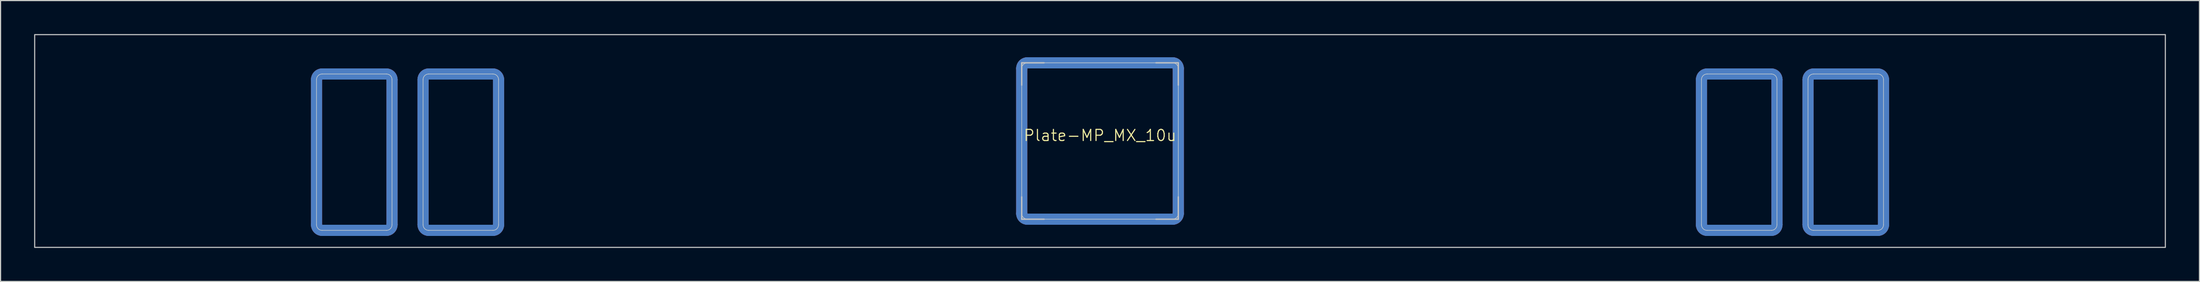
<source format=kicad_pcb>
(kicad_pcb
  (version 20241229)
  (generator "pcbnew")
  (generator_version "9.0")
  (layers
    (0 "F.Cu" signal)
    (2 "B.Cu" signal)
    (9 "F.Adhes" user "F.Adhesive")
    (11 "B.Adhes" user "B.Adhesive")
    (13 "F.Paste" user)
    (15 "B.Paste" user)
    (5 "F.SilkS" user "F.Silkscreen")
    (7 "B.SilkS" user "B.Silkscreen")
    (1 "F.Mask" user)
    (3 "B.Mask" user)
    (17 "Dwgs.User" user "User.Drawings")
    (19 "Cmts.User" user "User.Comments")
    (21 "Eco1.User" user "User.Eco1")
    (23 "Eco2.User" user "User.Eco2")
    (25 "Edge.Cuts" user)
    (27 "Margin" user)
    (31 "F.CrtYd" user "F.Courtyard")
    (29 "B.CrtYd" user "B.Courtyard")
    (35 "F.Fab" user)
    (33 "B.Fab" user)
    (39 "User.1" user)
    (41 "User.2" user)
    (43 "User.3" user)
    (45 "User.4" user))
  (footprint "Plate-MP_MX_10u"
    (layer "F.Cu")
    (at 95.3 9.575)
    (property "Reference" "Plate-MP_MX_10u" (at 0 -0.5 0) (unlocked yes) (layer "F.SilkS") (effects (font (size 1 1) (thickness 0.1))))
    (attr exclude_from_pos_files exclude_from_bom allow_missing_courtyard)
    (fp_line (start -70.05 -5.5) (end -70.05 7.5) (stroke (width 1) (type solid)) (layer "F.Cu"))
    (fp_line (start -63.8 -6) (end -69.55 -6) (stroke (width 1) (type solid)) (layer "F.Cu"))
    (fp_line (start -63.8 8) (end -69.55 8) (stroke (width 1) (type solid)) (layer "F.Cu"))
    (fp_line (start -63.3 -5.5) (end -63.3 7.5) (stroke (width 1) (type solid)) (layer "F.Cu"))
    (fp_line (start -60.525 -5.5) (end -60.525 7.5) (stroke (width 1) (type solid)) (layer "F.Cu"))
    (fp_line (start -54.275 -6) (end -60.025 -6) (stroke (width 1) (type solid)) (layer "F.Cu"))
    (fp_line (start -54.275 8) (end -60.025 8) (stroke (width 1) (type solid)) (layer "F.Cu"))
    (fp_line (start -53.775 -5.5) (end -53.775 7.5) (stroke (width 1) (type solid)) (layer "F.Cu"))
    (fp_line (start -7 -6.5) (end -7 6.5) (stroke (width 1) (type solid)) (layer "F.Cu"))
    (fp_line (start -6.5 7) (end 6.5 7) (stroke (width 1) (type solid)) (layer "F.Cu"))
    (fp_line (start 6.5 -7) (end -6.5 -7) (stroke (width 1) (type solid)) (layer "F.Cu"))
    (fp_line (start 7 6.5) (end 7 -6.5) (stroke (width 1) (type solid)) (layer "F.Cu"))
    (fp_line (start 53.775 -5.5) (end 53.775 7.5) (stroke (width 1) (type solid)) (layer "F.Cu"))
    (fp_line (start 60.025 -6) (end 54.275 -6) (stroke (width 1) (type solid)) (layer "F.Cu"))
    (fp_line (start 60.025 8) (end 54.275 8) (stroke (width 1) (type solid)) (layer "F.Cu"))
    (fp_line (start 60.525 -5.5) (end 60.525 7.5) (stroke (width 1) (type solid)) (layer "F.Cu"))
    (fp_line (start 63.3 -5.5) (end 63.3 7.5) (stroke (width 1) (type solid)) (layer "F.Cu"))
    (fp_line (start 69.55 -6) (end 63.8 -6) (stroke (width 1) (type solid)) (layer "F.Cu"))
    (fp_line (start 69.55 8) (end 63.8 8) (stroke (width 1) (type solid)) (layer "F.Cu"))
    (fp_line (start 70.05 -5.5) (end 70.05 7.5) (stroke (width 1) (type solid)) (layer "F.Cu"))
    (fp_arc (start -70.05 -5.499999) (mid -69.903553 -5.853552) (end -69.55 -5.999999) (stroke (width 1) (type solid)) (layer "F.Cu"))
    (fp_arc (start -69.55 8.000001) (mid -69.903554 7.853555) (end -70.05 7.500001) (stroke (width 1) (type solid)) (layer "F.Cu"))
    (fp_arc (start -63.8 -5.999999) (mid -63.446447 -5.853552) (end -63.3 -5.499999) (stroke (width 1) (type solid)) (layer "F.Cu"))
    (fp_arc (start -63.3 7.500001) (mid -63.446447 7.853554) (end -63.8 8.000001) (stroke (width 1) (type solid)) (layer "F.Cu"))
    (fp_arc (start -60.525 -5.499999) (mid -60.378553 -5.853552) (end -60.025 -5.999999) (stroke (width 1) (type solid)) (layer "F.Cu"))
    (fp_arc (start -60.025 8.000001) (mid -60.378554 7.853555) (end -60.525 7.500001) (stroke (width 1) (type solid)) (layer "F.Cu"))
    (fp_arc (start -54.275 -5.999999) (mid -53.921447 -5.853552) (end -53.775 -5.499999) (stroke (width 1) (type solid)) (layer "F.Cu"))
    (fp_arc (start -53.775 7.500001) (mid -53.921447 7.853554) (end -54.275 8.000001) (stroke (width 1) (type solid)) (layer "F.Cu"))
    (fp_arc (start -7 -6.5) (mid -6.853554 -6.853554) (end -6.5 -7) (stroke (width 1) (type solid)) (layer "F.Cu"))
    (fp_arc (start -6.497236 6.998884) (mid -6.85079 6.852438) (end -6.997236 6.498884) (stroke (width 1) (type solid)) (layer "F.Cu"))
    (fp_arc (start 6.5 -7) (mid 6.853554 -6.853554) (end 7 -6.5) (stroke (width 1) (type solid)) (layer "F.Cu"))
    (fp_arc (start 7 6.5) (mid 6.853554 6.853554) (end 6.5 7) (stroke (width 1) (type solid)) (layer "F.Cu"))
    (fp_arc (start 53.775 -5.499999) (mid 53.921447 -5.853552) (end 54.275 -5.999999) (stroke (width 1) (type solid)) (layer "F.Cu"))
    (fp_arc (start 54.275 8.000001) (mid 53.921446 7.853555) (end 53.775 7.500001) (stroke (width 1) (type solid)) (layer "F.Cu"))
    (fp_arc (start 60.025 -5.999999) (mid 60.378553 -5.853552) (end 60.525 -5.499999) (stroke (width 1) (type solid)) (layer "F.Cu"))
    (fp_arc (start 60.525 7.500001) (mid 60.378553 7.853554) (end 60.025 8.000001) (stroke (width 1) (type solid)) (layer "F.Cu"))
    (fp_arc (start 63.3 -5.499999) (mid 63.446447 -5.853552) (end 63.8 -5.999999) (stroke (width 1) (type solid)) (layer "F.Cu"))
    (fp_arc (start 63.8 8.000001) (mid 63.446446 7.853555) (end 63.3 7.500001) (stroke (width 1) (type solid)) (layer "F.Cu"))
    (fp_arc (start 69.55 -5.999999) (mid 69.903553 -5.853552) (end 70.05 -5.499999) (stroke (width 1) (type solid)) (layer "F.Cu"))
    (fp_arc (start 70.05 7.500001) (mid 69.903553 7.853554) (end 69.55 8.000001) (stroke (width 1) (type solid)) (layer "F.Cu"))
    (fp_line (start -70.05 -5.5) (end -70.05 7.5) (stroke (width 1.1) (type solid)) (layer "F.Mask"))
    (fp_line (start -69.55 -6) (end -63.8 -6) (stroke (width 1.1) (type solid)) (layer "F.Mask"))
    (fp_line (start -69.55 8) (end -63.8 8) (stroke (width 1.1) (type solid)) (layer "F.Mask"))
    (fp_line (start -63.3 -5.5) (end -63.3 7.5) (stroke (width 1.1) (type solid)) (layer "F.Mask"))
    (fp_line (start -60.525 -5.5) (end -60.525 7.5) (stroke (width 1.1) (type solid)) (layer "F.Mask"))
    (fp_line (start -60.025 -6) (end -54.275 -6) (stroke (width 1.1) (type solid)) (layer "F.Mask"))
    (fp_line (start -60.025 8) (end -54.275 8) (stroke (width 1.1) (type solid)) (layer "F.Mask"))
    (fp_line (start -53.775 -5.5) (end -53.775 7.5) (stroke (width 1.1) (type solid)) (layer "F.Mask"))
    (fp_line (start -7 -6.5) (end -7 6.5) (stroke (width 1.1) (type solid)) (layer "F.Mask"))
    (fp_line (start -6.5 7) (end 6.5 7) (stroke (width 1.1) (type solid)) (layer "F.Mask"))
    (fp_line (start 6.5 -7) (end -6.5 -7) (stroke (width 1.1) (type solid)) (layer "F.Mask"))
    (fp_line (start 7 6.5) (end 7 -6.5) (stroke (width 1.1) (type solid)) (layer "F.Mask"))
    (fp_line (start 53.775 -5.5) (end 53.775 7.5) (stroke (width 1.1) (type solid)) (layer "F.Mask"))
    (fp_line (start 54.275 -6) (end 60.025 -6) (stroke (width 1.1) (type solid)) (layer "F.Mask"))
    (fp_line (start 54.275 8) (end 60.025 8) (stroke (width 1.1) (type solid)) (layer "F.Mask"))
    (fp_line (start 60.525 -5.5) (end 60.525 7.5) (stroke (width 1.1) (type solid)) (layer "F.Mask"))
    (fp_line (start 63.3 -5.5) (end 63.3 7.5) (stroke (width 1.1) (type solid)) (layer "F.Mask"))
    (fp_line (start 63.8 -6) (end 69.55 -6) (stroke (width 1.1) (type solid)) (layer "F.Mask"))
    (fp_line (start 63.8 8) (end 69.55 8) (stroke (width 1.1) (type solid)) (layer "F.Mask"))
    (fp_line (start 70.05 -5.5) (end 70.05 7.5) (stroke (width 1.1) (type solid)) (layer "F.Mask"))
    (fp_arc (start -70.05 -5.499999) (mid -69.903553 -5.853552) (end -69.55 -5.999999) (stroke (width 1.1) (type solid)) (layer "F.Mask"))
    (fp_arc (start -69.55 8.000001) (mid -69.903553 7.853554) (end -70.05 7.500001) (stroke (width 1.1) (type solid)) (layer "F.Mask"))
    (fp_arc (start -63.8 -5.999999) (mid -63.446447 -5.853552) (end -63.3 -5.499999) (stroke (width 1.1) (type solid)) (layer "F.Mask"))
    (fp_arc (start -63.3 7.500001) (mid -63.446447 7.853554) (end -63.8 8.000001) (stroke (width 1.1) (type solid)) (layer "F.Mask"))
    (fp_arc (start -60.525 -5.499999) (mid -60.378553 -5.853552) (end -60.025 -5.999999) (stroke (width 1.1) (type solid)) (layer "F.Mask"))
    (fp_arc (start -60.025 8.000001) (mid -60.378553 7.853554) (end -60.525 7.500001) (stroke (width 1.1) (type solid)) (layer "F.Mask"))
    (fp_arc (start -54.275 -5.999999) (mid -53.921447 -5.853552) (end -53.775 -5.499999) (stroke (width 1.1) (type solid)) (layer "F.Mask"))
    (fp_arc (start -53.775 7.500001) (mid -53.921447 7.853554) (end -54.275 8.000001) (stroke (width 1.1) (type solid)) (layer "F.Mask"))
    (fp_arc (start -7 -6.5) (mid -6.853554 -6.853554) (end -6.5 -7) (stroke (width 1.1) (type solid)) (layer "F.Mask"))
    (fp_arc (start -6.497236 6.998884) (mid -6.85079 6.852438) (end -6.997236 6.498884) (stroke (width 1.1) (type solid)) (layer "F.Mask"))
    (fp_arc (start 6.5 -7) (mid 6.853554 -6.853554) (end 7 -6.5) (stroke (width 1.1) (type solid)) (layer "F.Mask"))
    (fp_arc (start 7 6.5) (mid 6.853554 6.853554) (end 6.5 7) (stroke (width 1.1) (type solid)) (layer "F.Mask"))
    (fp_arc (start 53.775 -5.499999) (mid 53.921447 -5.853552) (end 54.275 -5.999999) (stroke (width 1.1) (type solid)) (layer "F.Mask"))
    (fp_arc (start 54.275 8.000001) (mid 53.921447 7.853554) (end 53.775 7.500001) (stroke (width 1.1) (type solid)) (layer "F.Mask"))
    (fp_arc (start 60.025 -5.999999) (mid 60.378553 -5.853552) (end 60.525 -5.499999) (stroke (width 1.1) (type solid)) (layer "F.Mask"))
    (fp_arc (start 60.525 7.500001) (mid 60.378553 7.853554) (end 60.025 8.000001) (stroke (width 1.1) (type solid)) (layer "F.Mask"))
    (fp_arc (start 63.3 -5.499999) (mid 63.446447 -5.853552) (end 63.8 -5.999999) (stroke (width 1.1) (type solid)) (layer "F.Mask"))
    (fp_arc (start 63.8 8.000001) (mid 63.446447 7.853554) (end 63.3 7.500001) (stroke (width 1.1) (type solid)) (layer "F.Mask"))
    (fp_arc (start 69.55 -5.999999) (mid 69.903553 -5.853552) (end 70.05 -5.499999) (stroke (width 1.1) (type solid)) (layer "F.Mask"))
    (fp_arc (start 70.05 7.500001) (mid 69.903553 7.853554) (end 69.55 8.000001) (stroke (width 1.1) (type solid)) (layer "F.Mask"))
    (fp_line (start -70.05 -5.5) (end -70.05 7.5) (stroke (width 1) (type solid)) (layer "B.Cu"))
    (fp_line (start -69.55 -6) (end -63.8 -6) (stroke (width 1) (type solid)) (layer "B.Cu"))
    (fp_line (start -69.55 8) (end -63.8 8) (stroke (width 1) (type solid)) (layer "B.Cu"))
    (fp_line (start -63.3 -5.5) (end -63.3 7.5) (stroke (width 1) (type solid)) (layer "B.Cu"))
    (fp_line (start -60.525 -5.5) (end -60.525 7.5) (stroke (width 1) (type solid)) (layer "B.Cu"))
    (fp_line (start -60.025 -6) (end -54.275 -6) (stroke (width 1) (type solid)) (layer "B.Cu"))
    (fp_line (start -60.025 8) (end -54.275 8) (stroke (width 1) (type solid)) (layer "B.Cu"))
    (fp_line (start -53.775 -5.5) (end -53.775 7.5) (stroke (width 1) (type solid)) (layer "B.Cu"))
    (fp_line (start -7 6.5) (end -7 -6.5) (stroke (width 1) (type solid)) (layer "B.Cu"))
    (fp_line (start -6.5 -7) (end 6.5 -7) (stroke (width 1) (type solid)) (layer "B.Cu"))
    (fp_line (start 6.5 7) (end -6.5 7) (stroke (width 1) (type solid)) (layer "B.Cu"))
    (fp_line (start 7 -6.5) (end 7 6.5) (stroke (width 1) (type solid)) (layer "B.Cu"))
    (fp_line (start 53.775 -5.5) (end 53.775 7.5) (stroke (width 1) (type solid)) (layer "B.Cu"))
    (fp_line (start 54.275 -6) (end 60.025 -6) (stroke (width 1) (type solid)) (layer "B.Cu"))
    (fp_line (start 54.275 8) (end 60.025 8) (stroke (width 1) (type solid)) (layer "B.Cu"))
    (fp_line (start 60.525 -5.5) (end 60.525 7.5) (stroke (width 1) (type solid)) (layer "B.Cu"))
    (fp_line (start 63.3 -5.5) (end 63.3 7.5) (stroke (width 1) (type solid)) (layer "B.Cu"))
    (fp_line (start 63.8 -6) (end 69.55 -6) (stroke (width 1) (type solid)) (layer "B.Cu"))
    (fp_line (start 63.8 8) (end 69.55 8) (stroke (width 1) (type solid)) (layer "B.Cu"))
    (fp_line (start 70.05 -5.5) (end 70.05 7.5) (stroke (width 1) (type solid)) (layer "B.Cu"))
    (fp_arc (start -70.05 -5.499999) (mid -69.903553 -5.853552) (end -69.55 -5.999999) (stroke (width 1) (type solid)) (layer "B.Cu"))
    (fp_arc (start -69.55 8.000001) (mid -69.903553 7.853554) (end -70.05 7.500001) (stroke (width 1) (type solid)) (layer "B.Cu"))
    (fp_arc (start -63.8 -5.999999) (mid -63.446447 -5.853552) (end -63.3 -5.499999) (stroke (width 1) (type solid)) (layer "B.Cu"))
    (fp_arc (start -63.3 7.500001) (mid -63.446447 7.853554) (end -63.8 8.000001) (stroke (width 1) (type solid)) (layer "B.Cu"))
    (fp_arc (start -60.525 -5.499999) (mid -60.378553 -5.853552) (end -60.025 -5.999999) (stroke (width 1) (type solid)) (layer "B.Cu"))
    (fp_arc (start -60.025 8.000001) (mid -60.378553 7.853554) (end -60.525 7.500001) (stroke (width 1) (type solid)) (layer "B.Cu"))
    (fp_arc (start -54.275 -5.999999) (mid -53.921447 -5.853552) (end -53.775 -5.499999) (stroke (width 1) (type solid)) (layer "B.Cu"))
    (fp_arc (start -53.775 7.500001) (mid -53.921447 7.853554) (end -54.275 8.000001) (stroke (width 1) (type solid)) (layer "B.Cu"))
    (fp_arc (start -7 -6.5) (mid -6.853553 -6.853553) (end -6.5 -7) (stroke (width 1) (type solid)) (layer "B.Cu"))
    (fp_arc (start -6.5 7) (mid -6.853553 6.853553) (end -7 6.5) (stroke (width 1) (type solid)) (layer "B.Cu"))
    (fp_arc (start 6.5 -7) (mid 6.853554 -6.853554) (end 7 -6.5) (stroke (width 1) (type solid)) (layer "B.Cu"))
    (fp_arc (start 6.997236 6.498884) (mid 6.85079 6.852438) (end 6.497236 6.998884) (stroke (width 1) (type solid)) (layer "B.Cu"))
    (fp_arc (start 53.775 -5.499999) (mid 53.921447 -5.853552) (end 54.275 -5.999999) (stroke (width 1) (type solid)) (layer "B.Cu"))
    (fp_arc (start 54.275 8.000001) (mid 53.921447 7.853554) (end 53.775 7.500001) (stroke (width 1) (type solid)) (layer "B.Cu"))
    (fp_arc (start 60.025 -5.999999) (mid 60.378553 -5.853552) (end 60.525 -5.499999) (stroke (width 1) (type solid)) (layer "B.Cu"))
    (fp_arc (start 60.525 7.500001) (mid 60.378553 7.853554) (end 60.025 8.000001) (stroke (width 1) (type solid)) (layer "B.Cu"))
    (fp_arc (start 63.3 -5.499999) (mid 63.446447 -5.853552) (end 63.8 -5.999999) (stroke (width 1) (type solid)) (layer "B.Cu"))
    (fp_arc (start 63.8 8.000001) (mid 63.446447 7.853554) (end 63.3 7.500001) (stroke (width 1) (type solid)) (layer "B.Cu"))
    (fp_arc (start 69.55 -5.999999) (mid 69.903553 -5.853552) (end 70.05 -5.499999) (stroke (width 1) (type solid)) (layer "B.Cu"))
    (fp_arc (start 70.05 7.500001) (mid 69.903553 7.853554) (end 69.55 8.000001) (stroke (width 1) (type solid)) (layer "B.Cu"))
    (fp_line (start -70.05 -5.5) (end -70.05 7.5) (stroke (width 1.1) (type solid)) (layer "B.Mask"))
    (fp_line (start -63.8 -6) (end -69.55 -6) (stroke (width 1.1) (type solid)) (layer "B.Mask"))
    (fp_line (start -63.8 8) (end -69.55 8) (stroke (width 1.1) (type solid)) (layer "B.Mask"))
    (fp_line (start -63.3 -5.5) (end -63.3 7.5) (stroke (width 1.1) (type solid)) (layer "B.Mask"))
    (fp_line (start -60.525 -5.5) (end -60.525 7.5) (stroke (width 1.1) (type solid)) (layer "B.Mask"))
    (fp_line (start -54.275 -6) (end -60.025 -6) (stroke (width 1.1) (type solid)) (layer "B.Mask"))
    (fp_line (start -54.275 8) (end -60.025 8) (stroke (width 1.1) (type solid)) (layer "B.Mask"))
    (fp_line (start -53.775 -5.5) (end -53.775 7.5) (stroke (width 1.1) (type solid)) (layer "B.Mask"))
    (fp_line (start -7 6.5) (end -7 -6.5) (stroke (width 1.1) (type solid)) (layer "B.Mask"))
    (fp_line (start -6.5 -7) (end 6.5 -7) (stroke (width 1.1) (type solid)) (layer "B.Mask"))
    (fp_line (start 6.5 7) (end -6.5 7) (stroke (width 1.1) (type solid)) (layer "B.Mask"))
    (fp_line (start 7 -6.5) (end 7 6.5) (stroke (width 1.1) (type solid)) (layer "B.Mask"))
    (fp_line (start 53.775 -5.5) (end 53.775 7.5) (stroke (width 1.1) (type solid)) (layer "B.Mask"))
    (fp_line (start 60.025 -6) (end 54.275 -6) (stroke (width 1.1) (type solid)) (layer "B.Mask"))
    (fp_line (start 60.025 8) (end 54.275 8) (stroke (width 1.1) (type solid)) (layer "B.Mask"))
    (fp_line (start 60.525 -5.5) (end 60.525 7.5) (stroke (width 1.1) (type solid)) (layer "B.Mask"))
    (fp_line (start 63.3 -5.5) (end 63.3 7.5) (stroke (width 1.1) (type solid)) (layer "B.Mask"))
    (fp_line (start 69.55 -6) (end 63.8 -6) (stroke (width 1.1) (type solid)) (layer "B.Mask"))
    (fp_line (start 69.55 8) (end 63.8 8) (stroke (width 1.1) (type solid)) (layer "B.Mask"))
    (fp_line (start 70.05 -5.5) (end 70.05 7.5) (stroke (width 1.1) (type solid)) (layer "B.Mask"))
    (fp_arc (start -70.05 -5.499999) (mid -69.903553 -5.853552) (end -69.55 -5.999999) (stroke (width 1.1) (type solid)) (layer "B.Mask"))
    (fp_arc (start -69.55 8.000001) (mid -69.903553 7.853554) (end -70.05 7.500001) (stroke (width 1.1) (type solid)) (layer "B.Mask"))
    (fp_arc (start -63.8 -5.999999) (mid -63.446447 -5.853552) (end -63.3 -5.499999) (stroke (width 1.1) (type solid)) (layer "B.Mask"))
    (fp_arc (start -63.3 7.500001) (mid -63.446447 7.853554) (end -63.8 8.000001) (stroke (width 1.1) (type solid)) (layer "B.Mask"))
    (fp_arc (start -60.525 -5.499999) (mid -60.378553 -5.853552) (end -60.025 -5.999999) (stroke (width 1.1) (type solid)) (layer "B.Mask"))
    (fp_arc (start -60.025 8.000001) (mid -60.378553 7.853554) (end -60.525 7.500001) (stroke (width 1.1) (type solid)) (layer "B.Mask"))
    (fp_arc (start -54.275 -5.999999) (mid -53.921447 -5.853552) (end -53.775 -5.499999) (stroke (width 1.1) (type solid)) (layer "B.Mask"))
    (fp_arc (start -53.775 7.500001) (mid -53.921447 7.853554) (end -54.275 8.000001) (stroke (width 1.1) (type solid)) (layer "B.Mask"))
    (fp_arc (start -7 -6.5) (mid -6.853553 -6.853553) (end -6.5 -7) (stroke (width 1.1) (type solid)) (layer "B.Mask"))
    (fp_arc (start -6.5 7) (mid -6.853553 6.853553) (end -7 6.5) (stroke (width 1.1) (type solid)) (layer "B.Mask"))
    (fp_arc (start 6.5 -7) (mid 6.853554 -6.853554) (end 7 -6.5) (stroke (width 1.1) (type solid)) (layer "B.Mask"))
    (fp_arc (start 6.997236 6.498884) (mid 6.85079 6.852438) (end 6.497236 6.998884) (stroke (width 1.1) (type solid)) (layer "B.Mask"))
    (fp_arc (start 53.775 -5.499999) (mid 53.921447 -5.853552) (end 54.275 -5.999999) (stroke (width 1.1) (type solid)) (layer "B.Mask"))
    (fp_arc (start 54.275 8.000001) (mid 53.921447 7.853554) (end 53.775 7.500001) (stroke (width 1.1) (type solid)) (layer "B.Mask"))
    (fp_arc (start 60.025 -5.999999) (mid 60.378553 -5.853552) (end 60.525 -5.499999) (stroke (width 1.1) (type solid)) (layer "B.Mask"))
    (fp_arc (start 60.525 7.500001) (mid 60.378553 7.853554) (end 60.025 8.000001) (stroke (width 1.1) (type solid)) (layer "B.Mask"))
    (fp_arc (start 63.3 -5.499999) (mid 63.446447 -5.853552) (end 63.8 -5.999999) (stroke (width 1.1) (type solid)) (layer "B.Mask"))
    (fp_arc (start 63.8 8.000001) (mid 63.446447 7.853554) (end 63.3 7.500001) (stroke (width 1.1) (type solid)) (layer "B.Mask"))
    (fp_arc (start 69.55 -5.999999) (mid 69.903553 -5.853552) (end 70.05 -5.499999) (stroke (width 1.1) (type solid)) (layer "B.Mask"))
    (fp_arc (start 70.05 7.500001) (mid 69.903553 7.853554) (end 69.55 8.000001) (stroke (width 1.1) (type solid)) (layer "B.Mask"))
    (fp_line (start -7 -7) (end -5 -7) (stroke (width 0.12) (type solid)) (layer "Dwgs.User"))
    (fp_line (start -7 -5) (end -7 -7) (stroke (width 0.12) (type solid)) (layer "Dwgs.User"))
    (fp_line (start -7 7) (end -7 5) (stroke (width 0.12) (type solid)) (layer "Dwgs.User"))
    (fp_line (start -5 7) (end -7 7) (stroke (width 0.12) (type solid)) (layer "Dwgs.User"))
    (fp_line (start 5 -7) (end 7 -7) (stroke (width 0.12) (type solid)) (layer "Dwgs.User"))
    (fp_line (start 5 7) (end 7 7) (stroke (width 0.12) (type solid)) (layer "Dwgs.User"))
    (fp_line (start 7 -7) (end 7 -5) (stroke (width 0.12) (type solid)) (layer "Dwgs.User"))
    (fp_line (start 7 7) (end 7 5) (stroke (width 0.12) (type solid)) (layer "Dwgs.User"))
    (fp_rect (start -95.25 -9.525) (end 95.25 9.525) (stroke (width 0.1) (type solid)) (fill no) (layer "Dwgs.User"))
    (fp_line (start -70.05 -5.5) (end -70.05 7.5) (stroke (width 0.05) (type solid)) (layer "Edge.Cuts"))
    (fp_line (start -69.55 -6) (end -63.8 -6) (stroke (width 0.05) (type solid)) (layer "Edge.Cuts"))
    (fp_line (start -69.55 8) (end -63.8 8) (stroke (width 0.05) (type solid)) (layer "Edge.Cuts"))
    (fp_line (start -63.3 -5.5) (end -63.3 7.5) (stroke (width 0.05) (type solid)) (layer "Edge.Cuts"))
    (fp_line (start -60.525 -5.5) (end -60.525 7.5) (stroke (width 0.05) (type solid)) (layer "Edge.Cuts"))
    (fp_line (start -60.025 -6) (end -54.275 -6) (stroke (width 0.05) (type solid)) (layer "Edge.Cuts"))
    (fp_line (start -60.025 8) (end -54.275 8) (stroke (width 0.05) (type solid)) (layer "Edge.Cuts"))
    (fp_line (start -53.775 -5.5) (end -53.775 7.5) (stroke (width 0.05) (type solid)) (layer "Edge.Cuts"))
    (fp_line (start -7 -6.5) (end -7 6.5) (stroke (width 0.05) (type solid)) (layer "Edge.Cuts"))
    (fp_line (start -6.5 7) (end 6.5 7) (stroke (width 0.05) (type solid)) (layer "Edge.Cuts"))
    (fp_line (start 6.5 -7) (end -6.5 -7) (stroke (width 0.05) (type solid)) (layer "Edge.Cuts"))
    (fp_line (start 7 6.5) (end 7 -6.5) (stroke (width 0.05) (type solid)) (layer "Edge.Cuts"))
    (fp_line (start 53.775 -5.5) (end 53.775 7.5) (stroke (width 0.05) (type solid)) (layer "Edge.Cuts"))
    (fp_line (start 54.275 -6) (end 60.025 -6) (stroke (width 0.05) (type solid)) (layer "Edge.Cuts"))
    (fp_line (start 54.275 8) (end 60.025 8) (stroke (width 0.05) (type solid)) (layer "Edge.Cuts"))
    (fp_line (start 60.525 -5.5) (end 60.525 7.5) (stroke (width 0.05) (type solid)) (layer "Edge.Cuts"))
    (fp_line (start 63.301 -5.5) (end 63.301 7.5) (stroke (width 0.05) (type solid)) (layer "Edge.Cuts"))
    (fp_line (start 63.801 -6) (end 69.549 -6) (stroke (width 0.05) (type solid)) (layer "Edge.Cuts"))
    (fp_line (start 63.801 8) (end 69.551 8) (stroke (width 0.05) (type solid)) (layer "Edge.Cuts"))
    (fp_line (start 70.049 -5.5) (end 70.051 7.5) (stroke (width 0.05) (type solid)) (layer "Edge.Cuts"))
    (fp_arc (start -70.05 -5.499999) (mid -69.903553 -5.853552) (end -69.55 -5.999999) (stroke (width 0.05) (type solid)) (layer "Edge.Cuts"))
    (fp_arc (start -69.55 8.000001) (mid -69.903553 7.853554) (end -70.05 7.500001) (stroke (width 0.05) (type solid)) (layer "Edge.Cuts"))
    (fp_arc (start -63.8 -5.999999) (mid -63.446447 -5.853552) (end -63.3 -5.499999) (stroke (width 0.05) (type solid)) (layer "Edge.Cuts"))
    (fp_arc (start -63.3 7.500001) (mid -63.446447 7.853554) (end -63.8 8.000001) (stroke (width 0.05) (type solid)) (layer "Edge.Cuts"))
    (fp_arc (start -60.525 -5.499999) (mid -60.378553 -5.853552) (end -60.025 -5.999999) (stroke (width 0.05) (type solid)) (layer "Edge.Cuts"))
    (fp_arc (start -60.025 8.000001) (mid -60.378553 7.853554) (end -60.525 7.500001) (stroke (width 0.05) (type solid)) (layer "Edge.Cuts"))
    (fp_arc (start -54.275 -5.999999) (mid -53.921447 -5.853552) (end -53.775 -5.499999) (stroke (width 0.05) (type solid)) (layer "Edge.Cuts"))
    (fp_arc (start -53.775 7.500001) (mid -53.921447 7.853554) (end -54.275 8.000001) (stroke (width 0.05) (type solid)) (layer "Edge.Cuts"))
    (fp_arc (start -7 -6.5) (mid -6.853553 -6.853553) (end -6.5 -7) (stroke (width 0.05) (type solid)) (layer "Edge.Cuts"))
    (fp_arc (start -6.497236 6.998884) (mid -6.850789 6.852437) (end -6.997236 6.498884) (stroke (width 0.05) (type solid)) (layer "Edge.Cuts"))
    (fp_arc (start 6.5 -7) (mid 6.853554 -6.853554) (end 7 -6.5) (stroke (width 0.05) (type solid)) (layer "Edge.Cuts"))
    (fp_arc (start 7 6.5) (mid 6.853554 6.853554) (end 6.5 7) (stroke (width 0.05) (type solid)) (layer "Edge.Cuts"))
    (fp_arc (start 53.775 -5.499999) (mid 53.921447 -5.853552) (end 54.275 -5.999999) (stroke (width 0.05) (type solid)) (layer "Edge.Cuts"))
    (fp_arc (start 54.275 8.000001) (mid 53.921447 7.853554) (end 53.775 7.500001) (stroke (width 0.05) (type solid)) (layer "Edge.Cuts"))
    (fp_arc (start 60.025 -5.999999) (mid 60.378553 -5.853552) (end 60.525 -5.499999) (stroke (width 0.05) (type solid)) (layer "Edge.Cuts"))
    (fp_arc (start 60.525 7.500001) (mid 60.378553 7.853554) (end 60.025 8.000001) (stroke (width 0.05) (type solid)) (layer "Edge.Cuts"))
    (fp_arc (start 63.300605 -5.499999) (mid 63.447052 -5.853551) (end 63.800605 -5.999999) (stroke (width 0.05) (type solid)) (layer "Edge.Cuts"))
    (fp_arc (start 63.800605 8.000001) (mid 63.447048 7.853556) (end 63.300605 7.500001) (stroke (width 0.05) (type solid)) (layer "Edge.Cuts"))
    (fp_arc (start 69.549394 -5.999999) (mid 69.902951 -5.853554) (end 70.049394 -5.499999) (stroke (width 0.05) (type solid)) (layer "Edge.Cuts"))
    (fp_arc (start 70.050605 7.500001) (mid 69.904158 7.853556) (end 69.550605 8.000001) (stroke (width 0.05) (type solid)) (layer "Edge.Cuts")))
  (gr_rect
    (start -3 -3)
    (end 193.6 22.15)
    (stroke (width 0.1) (type default))
    (fill no)
    (layer "Edge.Cuts")))
</source>
